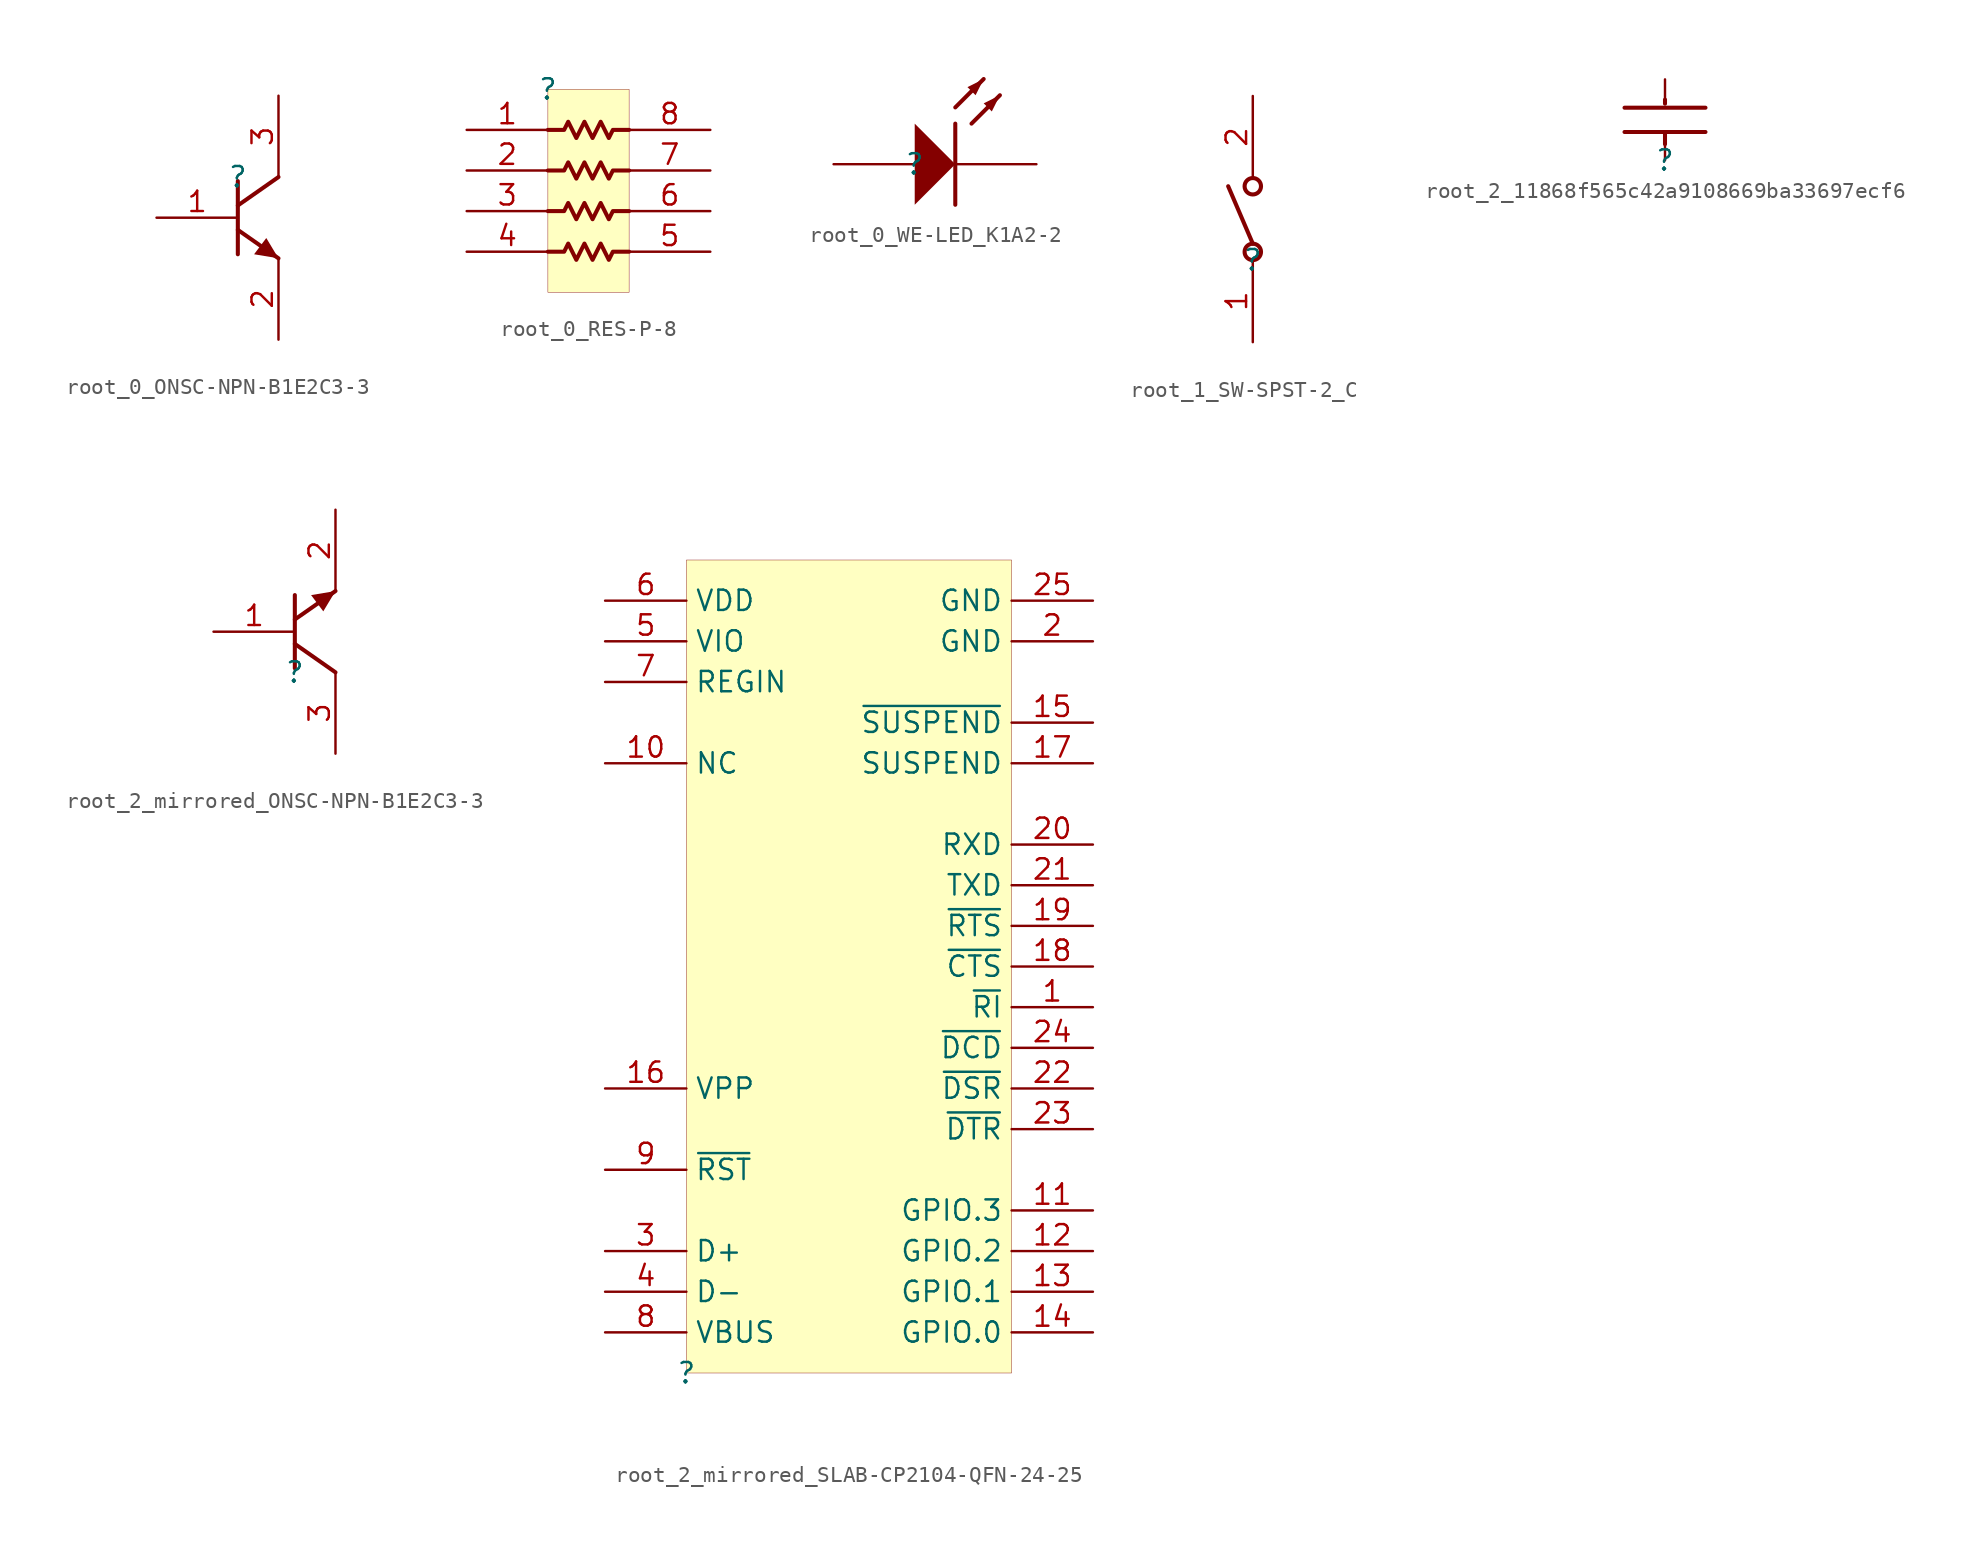
<source format=kicad_sym>
(kicad_symbol_lib
  (version 20231120)
  (generator "kicad_symbol_editor")
  (generator_version "8.0")
  (symbol "root_0_ONSC-NPN-B1E2C3-3"
    (property "Reference" ""
      (at 0 0 0)
      (effects (font (size 1.27 1.27))))
    (property "Value" ""
      (at 0 0 0)
      (effects (font (size 1.27 1.27))))
    (symbol "root_0_ONSC-NPN-B1E2C3-3_1_0"
      (polyline (pts (xy 0 -3.302) (xy 2.54 -5.08)) (stroke (width 0.254) (type solid)) (fill (type none)))
      (polyline (pts (xy 0 -0.254) (xy 0 -4.826)) (stroke (width 0.254) (type solid)) (fill (type none)))
      (polyline (pts (xy 2.54 0) (xy 0 -1.778)) (stroke (width 0.254) (type solid)) (fill (type none)))
      (polyline (pts (xy 2.54 -5.08) (xy 1.778 -3.81) (xy 1.016 -4.826) (xy 2.54 -5.08)) (stroke (width -0.0001) (type solid)) (fill (type outline)))
      (pin passive line (at -5.08 -2.54 0) (length 5.08) (name "B" (effects (font (size 0 0)))) (number "1" (effects (font (size 1.27 1.27)))))
      (pin passive line (at 2.54 -10.16 90) (length 5.08) (name "E" (effects (font (size 0 0)))) (number "2" (effects (font (size 1.27 1.27)))))
      (pin passive line (at 2.54 5.08 270) (length 5.08) (name "C" (effects (font (size 0 0)))) (number "3" (effects (font (size 1.27 1.27)))))))
  (symbol "root_0_RES-P-8"
    (property "Reference" ""
      (at 0 0 0)
      (effects (font (size 1.27 1.27))))
    (property "Value" ""
      (at 0 0 0)
      (effects (font (size 1.27 1.27))))
    (symbol "root_0_RES-P-8_1_0"
      (polyline (pts (xy 5.08 -10.16) (xy 4.064 -10.16) (xy 3.81 -10.668) (xy 3.302 -9.652) (xy 2.794 -10.668) (xy 2.286 -9.652) (xy 1.778 -10.668) (xy 1.27 -9.652) (xy 1.016 -10.16) (xy 0 -10.16)) (stroke (width 0.254) (type solid)) (fill (type none)))
      (polyline (pts (xy 5.08 -7.62) (xy 4.064 -7.62) (xy 3.81 -8.128) (xy 3.302 -7.112) (xy 2.794 -8.128) (xy 2.286 -7.112) (xy 1.778 -8.128) (xy 1.27 -7.112) (xy 1.016 -7.62) (xy 0 -7.62)) (stroke (width 0.254) (type solid)) (fill (type none)))
      (polyline (pts (xy 5.08 -5.08) (xy 4.064 -5.08) (xy 3.81 -5.588) (xy 3.302 -4.572) (xy 2.794 -5.588) (xy 2.286 -4.572) (xy 1.778 -5.588) (xy 1.27 -4.572) (xy 1.016 -5.08) (xy 0 -5.08)) (stroke (width 0.254) (type solid)) (fill (type none)))
      (polyline (pts (xy 5.08 -2.54) (xy 4.064 -2.54) (xy 3.81 -3.048) (xy 3.302 -2.032) (xy 2.794 -3.048) (xy 2.286 -2.032) (xy 1.778 -3.048) (xy 1.27 -2.032) (xy 1.016 -2.54) (xy 0 -2.54)) (stroke (width 0.254) (type solid)) (fill (type none)))
      (rectangle (start 5.08 0) (end 0 -12.7) (stroke (width 0.025) (type solid) (color 128 0 0 1)) (fill (type background)))
      (pin passive line (at -5.08 -2.54 0) (length 5.08) (name "1" (effects (font (size 0 0)))) (number "1" (effects (font (size 1.27 1.27)))))
      (pin passive line (at -5.08 -5.08 0) (length 5.08) (name "2" (effects (font (size 0 0)))) (number "2" (effects (font (size 1.27 1.27)))))
      (pin passive line (at -5.08 -7.62 0) (length 5.08) (name "3" (effects (font (size 0 0)))) (number "3" (effects (font (size 1.27 1.27)))))
      (pin passive line (at -5.08 -10.16 0) (length 5.08) (name "4" (effects (font (size 0 0)))) (number "4" (effects (font (size 1.27 1.27)))))
      (pin passive line (at 10.16 -10.16 180) (length 5.08) (name "5" (effects (font (size 0 0)))) (number "5" (effects (font (size 1.27 1.27)))))
      (pin passive line (at 10.16 -7.62 180) (length 5.08) (name "6" (effects (font (size 0 0)))) (number "6" (effects (font (size 1.27 1.27)))))
      (pin passive line (at 10.16 -5.08 180) (length 5.08) (name "7" (effects (font (size 0 0)))) (number "7" (effects (font (size 1.27 1.27)))))
      (pin passive line (at 10.16 -2.54 180) (length 5.08) (name "8" (effects (font (size 0 0)))) (number "8" (effects (font (size 1.27 1.27)))))))
  (symbol "root_0_WE-LED_K1A2-2"
    (property "Reference" ""
      (at 0 0 0)
      (effects (font (size 1.27 1.27))))
    (property "Value" ""
      (at 0 0 0)
      (effects (font (size 1.27 1.27))))
    (symbol "root_0_WE-LED_K1A2-2_1_0"
      (polyline (pts (xy 2.54 2.54) (xy 2.54 -2.54)) (stroke (width 0.254) (type solid)) (fill (type none)))
      (polyline (pts (xy 2.54 3.556) (xy 4.318 5.334)) (stroke (width 0.254) (type solid)) (fill (type none)))
      (polyline (pts (xy 3.556 2.54) (xy 5.334 4.318)) (stroke (width 0.254) (type solid)) (fill (type none)))
      (polyline (pts (xy 0 -2.54) (xy 2.54 0) (xy 0 2.54) (xy 0 -2.54)) (stroke (width -0.0001) (type solid)) (fill (type outline)))
      (polyline (pts (xy 4.318 5.334) (xy 3.302 4.826) (xy 3.81 4.318) (xy 4.318 5.334)) (stroke (width -0.0001) (type solid)) (fill (type outline)))
      (polyline (pts (xy 5.334 4.318) (xy 4.318 3.81) (xy 4.826 3.302) (xy 5.334 4.318)) (stroke (width -0.0001) (type solid)) (fill (type outline)))
      (pin passive line (at 7.62 0 180) (length 5.08) (name "K" (effects (font (size 0 0)))) (number "1" (effects (font (size 0 0)))))
      (pin passive line (at -5.08 0 0) (length 5.08) (name "A" (effects (font (size 0 0)))) (number "2" (effects (font (size 0 0)))))))
  (symbol "root_1_SW-SPST-2_C"
    (property "Reference" ""
      (at 0 0 0)
      (effects (font (size 1.27 1.27))))
    (property "Value" ""
      (at 0 0 0)
      (effects (font (size 1.27 1.27))))
    (symbol "root_1_SW-SPST-2_C_1_0"
      (polyline (pts (xy 0 1.016) (xy -1.524 4.572)) (stroke (width 0.254) (type solid)) (fill (type none)))
      (circle (center 0 0.508) (radius 0.508) (stroke (width 0.254) (type solid)) (fill (type none)))
      (circle (center 0 4.572) (radius 0.508) (stroke (width 0.254) (type solid)) (fill (type none)))
      (pin passive line (at 0 -5.08 90) (length 5.08) (name "1" (effects (font (size 0 0)))) (number "1" (effects (font (size 1.27 1.27)))))
      (pin passive line (at 0 10.16 270) (length 5.08) (name "2" (effects (font (size 0 0)))) (number "2" (effects (font (size 1.27 1.27)))))))
  (symbol "root_2_11868f565c42a9108669ba33697ecf6"
    (property "Reference" ""
      (at 0 0 0)
      (effects (font (size 1.27 1.27))))
    (property "Value" ""
      (at 0 0 0)
      (effects (font (size 1.27 1.27))))
    (symbol "root_2_11868f565c42a9108669ba33697ecf6_1_0"
      (polyline (pts (xy -2.54 1.778) (xy 2.54 1.778)) (stroke (width 0.254) (type solid)) (fill (type none)))
      (polyline (pts (xy -2.54 3.302) (xy 2.54 3.302)) (stroke (width 0.254) (type solid)) (fill (type none)))
      (polyline (pts (xy 0 1.778) (xy 0 1.016)) (stroke (width 0.254) (type solid)) (fill (type none)))
      (polyline (pts (xy 0 3.556) (xy 0 3.81)) (stroke (width 0.254) (type solid)) (fill (type none)))
      (pin passive line (at 0 0 90) (length 1.778) (name "1" (effects (font (size 0 0)))) (number "1" (effects (font (size 0 0)))))
      (pin passive line (at 0 5.08 270) (length 1.524) (name "2" (effects (font (size 0 0)))) (number "2" (effects (font (size 0 0)))))))
  (symbol "root_2_mirrored_ONSC-NPN-B1E2C3-3"
    (property "Reference" ""
      (at 0 0 0)
      (effects (font (size 1.27 1.27))))
    (property "Value" ""
      (at 0 0 0)
      (effects (font (size 1.27 1.27))))
    (symbol "root_2_mirrored_ONSC-NPN-B1E2C3-3_1_0"
      (polyline (pts (xy 0 0.254) (xy 0 4.826)) (stroke (width 0.254) (type solid)) (fill (type none)))
      (polyline (pts (xy 0 3.302) (xy 2.54 5.08)) (stroke (width 0.254) (type solid)) (fill (type none)))
      (polyline (pts (xy 2.54 0) (xy 0 1.778)) (stroke (width 0.254) (type solid)) (fill (type none)))
      (polyline (pts (xy 2.54 5.08) (xy 1.778 3.81) (xy 1.016 4.826) (xy 2.54 5.08)) (stroke (width -0.0001) (type solid)) (fill (type outline)))
      (pin passive line (at -5.08 2.54 0) (length 5.08) (name "B" (effects (font (size 0 0)))) (number "1" (effects (font (size 1.27 1.27)))))
      (pin passive line (at 2.54 10.16 270) (length 5.08) (name "E" (effects (font (size 0 0)))) (number "2" (effects (font (size 1.27 1.27)))))
      (pin passive line (at 2.54 -5.08 90) (length 5.08) (name "C" (effects (font (size 0 0)))) (number "3" (effects (font (size 1.27 1.27)))))))
  (symbol "root_2_mirrored_SLAB-CP2104-QFN-24-25"
    (property "Reference" ""
      (at 0 0 0)
      (effects (font (size 1.27 1.27))))
    (property "Value" ""
      (at 0 0 0)
      (effects (font (size 1.27 1.27))))
    (symbol "root_2_mirrored_SLAB-CP2104-QFN-24-25_1_0"
      (rectangle (start 20.32 50.8) (end 0 0) (stroke (width 0.025) (type solid) (color 128 0 0 1)) (fill (type background)))
      (pin input line (at 25.4 22.86 180) (length 5.08) (name "~{RI}" (effects (font (size 1.27 1.27)))) (number "1" (effects (font (size 1.27 1.27)))))
      (pin passive line (at -5.08 38.1 0) (length 5.08) (name "NC" (effects (font (size 1.27 1.27)))) (number "10" (effects (font (size 1.27 1.27)))))
      (pin bidirectional line (at 25.4 10.16 180) (length 5.08) (name "GPIO.3" (effects (font (size 1.27 1.27)))) (number "11" (effects (font (size 1.27 1.27)))))
      (pin bidirectional line (at 25.4 7.62 180) (length 5.08) (name "GPIO.2" (effects (font (size 1.27 1.27)))) (number "12" (effects (font (size 1.27 1.27)))))
      (pin bidirectional line (at 25.4 5.08 180) (length 5.08) (name "GPIO.1" (effects (font (size 1.27 1.27)))) (number "13" (effects (font (size 1.27 1.27)))))
      (pin bidirectional line (at 25.4 2.54 180) (length 5.08) (name "GPIO.0" (effects (font (size 1.27 1.27)))) (number "14" (effects (font (size 1.27 1.27)))))
      (pin output line (at 25.4 40.64 180) (length 5.08) (name "~{SUSPEND}" (effects (font (size 1.27 1.27)))) (number "15" (effects (font (size 1.27 1.27)))))
      (pin passive line (at -5.08 17.78 0) (length 5.08) (name "VPP" (effects (font (size 1.27 1.27)))) (number "16" (effects (font (size 1.27 1.27)))))
      (pin output line (at 25.4 38.1 180) (length 5.08) (name "SUSPEND" (effects (font (size 1.27 1.27)))) (number "17" (effects (font (size 1.27 1.27)))))
      (pin input line (at 25.4 25.4 180) (length 5.08) (name "~{CTS}" (effects (font (size 1.27 1.27)))) (number "18" (effects (font (size 1.27 1.27)))))
      (pin output line (at 25.4 27.94 180) (length 5.08) (name "~{RTS}" (effects (font (size 1.27 1.27)))) (number "19" (effects (font (size 1.27 1.27)))))
      (pin power_in line (at 25.4 45.72 180) (length 5.08) (name "GND" (effects (font (size 1.27 1.27)))) (number "2" (effects (font (size 1.27 1.27)))))
      (pin input line (at 25.4 33.02 180) (length 5.08) (name "RXD" (effects (font (size 1.27 1.27)))) (number "20" (effects (font (size 1.27 1.27)))))
      (pin output line (at 25.4 30.48 180) (length 5.08) (name "TXD" (effects (font (size 1.27 1.27)))) (number "21" (effects (font (size 1.27 1.27)))))
      (pin input line (at 25.4 17.78 180) (length 5.08) (name "~{DSR}" (effects (font (size 1.27 1.27)))) (number "22" (effects (font (size 1.27 1.27)))))
      (pin output line (at 25.4 15.24 180) (length 5.08) (name "~{DTR}" (effects (font (size 1.27 1.27)))) (number "23" (effects (font (size 1.27 1.27)))))
      (pin input line (at 25.4 20.32 180) (length 5.08) (name "~{DCD}" (effects (font (size 1.27 1.27)))) (number "24" (effects (font (size 1.27 1.27)))))
      (pin power_in line (at 25.4 48.26 180) (length 5.08) (name "GND" (effects (font (size 1.27 1.27)))) (number "25" (effects (font (size 1.27 1.27)))))
      (pin bidirectional line (at -5.08 7.62 0) (length 5.08) (name "D+" (effects (font (size 1.27 1.27)))) (number "3" (effects (font (size 1.27 1.27)))))
      (pin bidirectional line (at -5.08 5.08 0) (length 5.08) (name "D-" (effects (font (size 1.27 1.27)))) (number "4" (effects (font (size 1.27 1.27)))))
      (pin power_in line (at -5.08 45.72 0) (length 5.08) (name "VIO" (effects (font (size 1.27 1.27)))) (number "5" (effects (font (size 1.27 1.27)))))
      (pin power_in line (at -5.08 48.26 0) (length 5.08) (name "VDD" (effects (font (size 1.27 1.27)))) (number "6" (effects (font (size 1.27 1.27)))))
      (pin power_in line (at -5.08 43.18 0) (length 5.08) (name "REGIN" (effects (font (size 1.27 1.27)))) (number "7" (effects (font (size 1.27 1.27)))))
      (pin input line (at -5.08 2.54 0) (length 5.08) (name "VBUS" (effects (font (size 1.27 1.27)))) (number "8" (effects (font (size 1.27 1.27)))))
      (pin bidirectional line (at -5.08 12.7 0) (length 5.08) (name "~{RST}" (effects (font (size 1.27 1.27)))) (number "9" (effects (font (size 1.27 1.27))))))))
</source>
